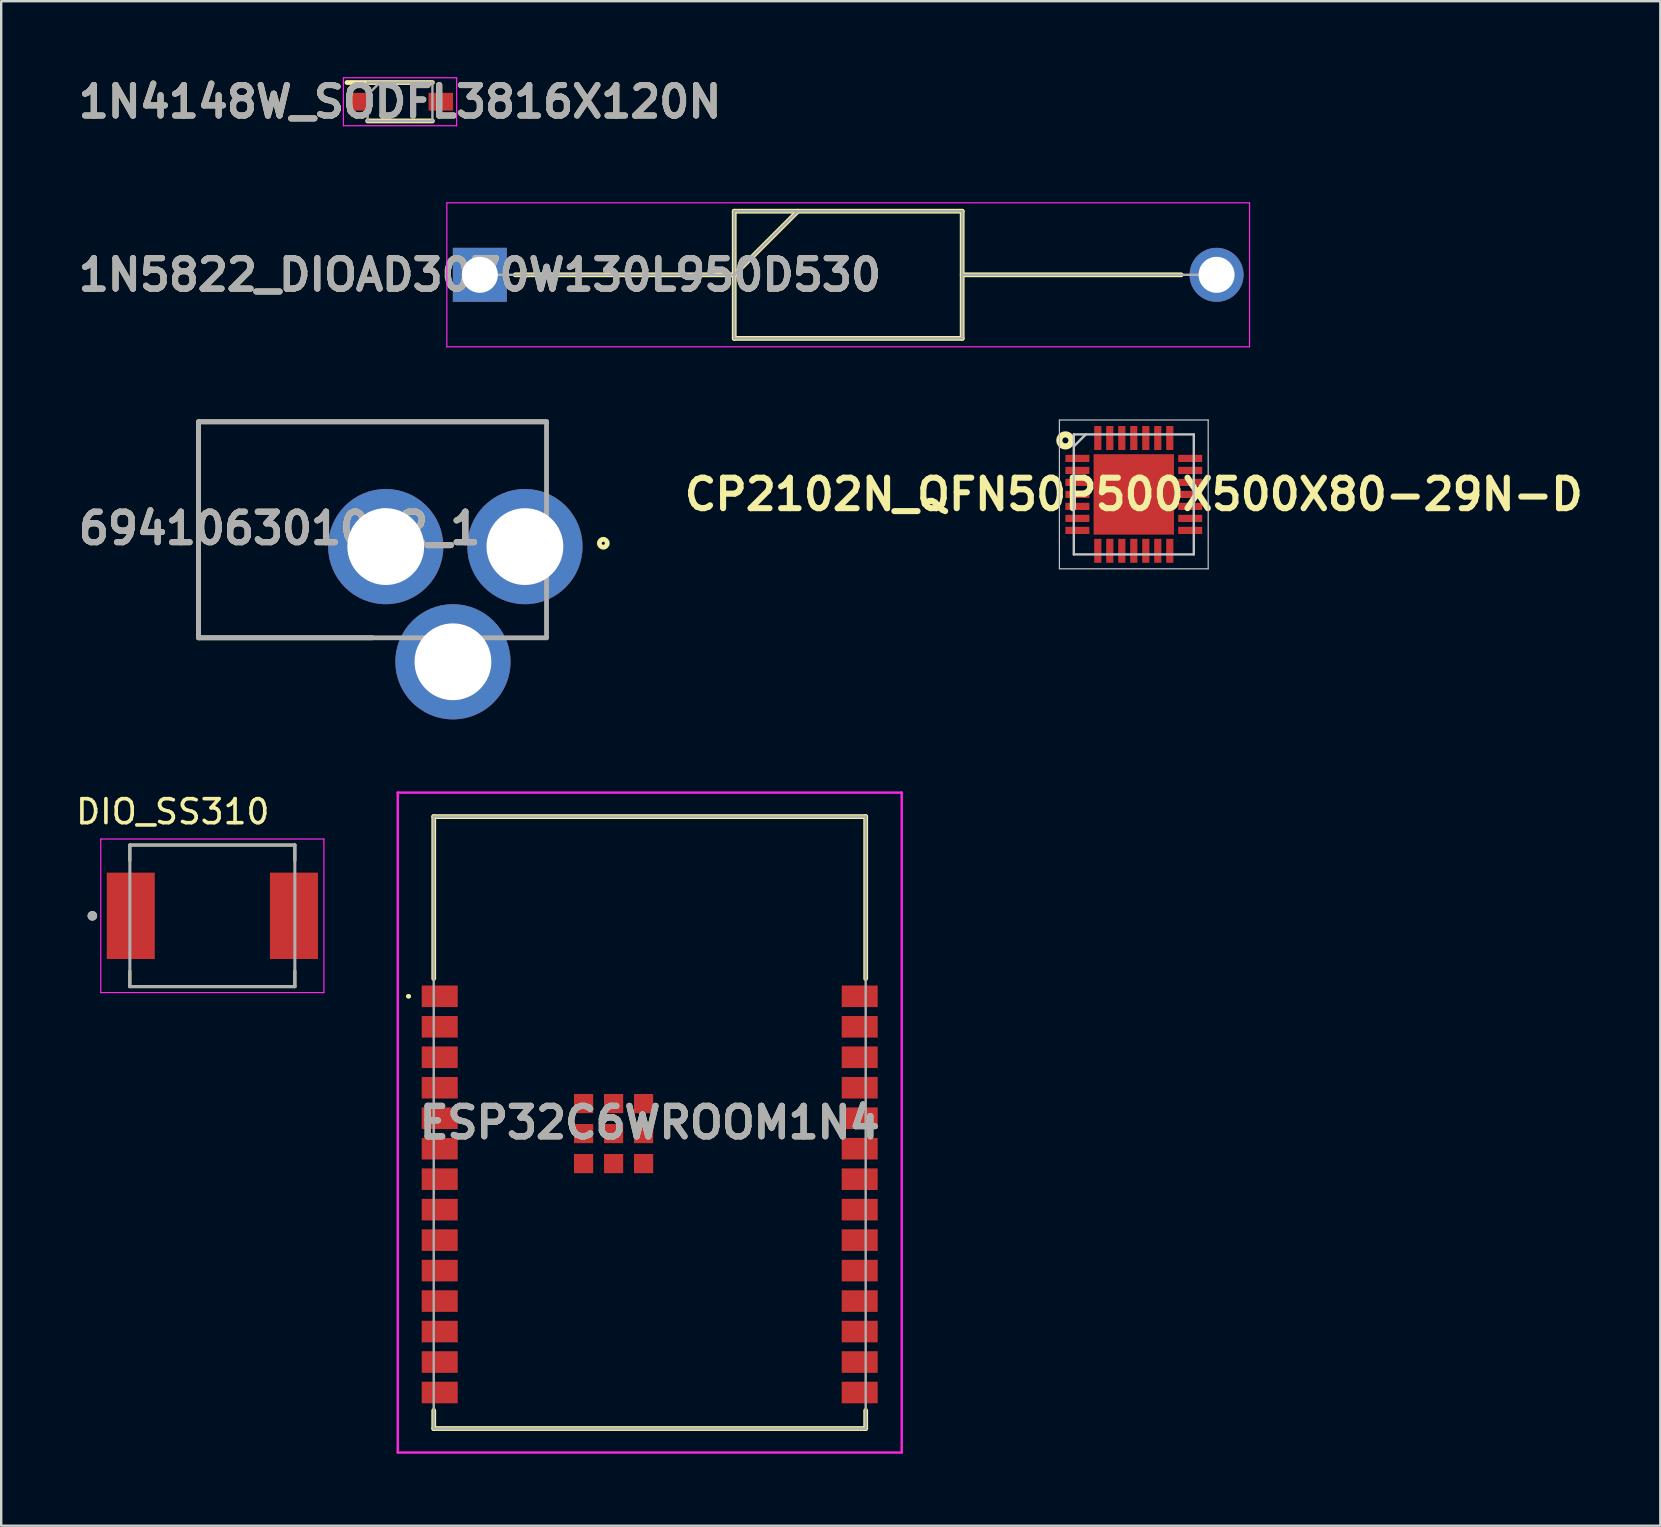
<source format=kicad_pcb>
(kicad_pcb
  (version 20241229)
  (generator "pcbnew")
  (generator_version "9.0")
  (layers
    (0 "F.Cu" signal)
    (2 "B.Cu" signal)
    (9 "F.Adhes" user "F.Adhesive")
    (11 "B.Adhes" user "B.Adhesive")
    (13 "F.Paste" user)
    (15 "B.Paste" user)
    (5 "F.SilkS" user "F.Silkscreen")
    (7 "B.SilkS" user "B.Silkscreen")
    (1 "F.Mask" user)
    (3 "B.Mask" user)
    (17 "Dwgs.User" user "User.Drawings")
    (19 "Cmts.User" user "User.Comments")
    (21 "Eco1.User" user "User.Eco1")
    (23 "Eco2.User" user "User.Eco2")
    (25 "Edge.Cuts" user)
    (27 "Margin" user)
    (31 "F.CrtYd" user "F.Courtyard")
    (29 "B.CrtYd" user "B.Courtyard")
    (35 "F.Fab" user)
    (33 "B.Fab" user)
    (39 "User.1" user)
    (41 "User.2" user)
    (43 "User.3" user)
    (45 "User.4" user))
  (footprint "694106301002_1"
    (layer "F.Cu")
    (at 5.224 23.527)
    (property "Reference" "694106301002_1" (at 3.376 -4.559 0) (layer "F.SilkS") (effects (font (size 1.27 1.27) (thickness 0.254))))
    (attr through_hole)
    (fp_line (start 0 -9) (end 14.5 -9) (stroke (width 0.2) (type solid)) (layer "F.SilkS"))
    (fp_line (start 0 0) (end 0 -9) (stroke (width 0.2) (type solid)) (layer "F.SilkS"))
    (fp_line (start 7.25 0) (end 0 0) (stroke (width 0.2) (type solid)) (layer "F.SilkS"))
    (fp_circle (center 16.867 -3.939) (end 16.867 -3.875) (stroke (width 0.2) (type solid)) (fill no) (layer "F.SilkS"))
    (fp_line (start 0 -9) (end 14.5 -9) (stroke (width 0.2) (type solid)) (layer "F.Fab"))
    (fp_line (start 0 0) (end 0 -9) (stroke (width 0.2) (type solid)) (layer "F.Fab"))
    (fp_line (start 14.5 -9) (end 14.5 0) (stroke (width 0.2) (type solid)) (layer "F.Fab"))
    (fp_line (start 14.5 0) (end 0 0) (stroke (width 0.2) (type solid)) (layer "F.Fab"))
    (fp_text user "${REFERENCE}" (at 3.376 -4.559 0) (layer "F.Fab") (effects (font (size 1.27 1.27) (thickness 0.254))))
    (pad "1" thru_hole circle (at 13.6 -3.8) (size 4.8 4.8) (drill 3.2) (layers "*.Cu" "*.Mask"))
    (pad "2" thru_hole circle (at 7.8 -3.8) (size 4.8 4.8) (drill 3.2) (layers "*.Cu" "*.Mask"))
    (pad "3" thru_hole circle (at 10.6 1) (size 4.8 4.8) (drill 3.2) (layers "*.Cu" "*.Mask")))
  (footprint "CP2102N_QFN50P500X500X80-29N-D"
    (layer "F.Cu")
    (at 44.196 17.552)
    (property "Reference" "CP2102N_QFN50P500X500X80-29N-D" (at 0 0 0) (layer "F.SilkS") (effects (font (size 1.27 1.27) (thickness 0.254))))
    (attr smd)
    (fp_circle (center -2.85 -2.25) (end -2.725 -2.25) (stroke (width 0.254) (type solid)) (fill no) (layer "F.SilkS"))
    (fp_line (start -3.1 -3.1) (end 3.1 -3.1) (stroke (width 0.05) (type solid)) (layer "Dwgs.User"))
    (fp_line (start -3.1 3.1) (end -3.1 -3.1) (stroke (width 0.05) (type solid)) (layer "Dwgs.User"))
    (fp_line (start -2.5 -2.5) (end 2.5 -2.5) (stroke (width 0.1) (type solid)) (layer "Dwgs.User"))
    (fp_line (start -2.5 -2) (end -2 -2.5) (stroke (width 0.1) (type solid)) (layer "Dwgs.User"))
    (fp_line (start -2.5 2.5) (end -2.5 -2.5) (stroke (width 0.1) (type solid)) (layer "Dwgs.User"))
    (fp_line (start 2.5 -2.5) (end 2.5 2.5) (stroke (width 0.1) (type solid)) (layer "Dwgs.User"))
    (fp_line (start 2.5 2.5) (end -2.5 2.5) (stroke (width 0.1) (type solid)) (layer "Dwgs.User"))
    (fp_line (start 3.1 -3.1) (end 3.1 3.1) (stroke (width 0.05) (type solid)) (layer "Dwgs.User"))
    (fp_line (start 3.1 3.1) (end -3.1 3.1) (stroke (width 0.05) (type solid)) (layer "Dwgs.User"))
    (pad "1" smd rect (at -2.35 -1.5 90) (size 0.3 1) (layers "F.Cu" "F.Mask" "F.Paste"))
    (pad "2" smd rect (at -2.35 -1 90) (size 0.3 1) (layers "F.Cu" "F.Mask" "F.Paste"))
    (pad "3" smd rect (at -2.35 -0.5 90) (size 0.3 1) (layers "F.Cu" "F.Mask" "F.Paste"))
    (pad "4" smd rect (at -2.35 0 90) (size 0.3 1) (layers "F.Cu" "F.Mask" "F.Paste"))
    (pad "5" smd rect (at -2.35 0.5 90) (size 0.3 1) (layers "F.Cu" "F.Mask" "F.Paste"))
    (pad "6" smd rect (at -2.35 1 90) (size 0.3 1) (layers "F.Cu" "F.Mask" "F.Paste"))
    (pad "7" smd rect (at -2.35 1.5 90) (size 0.3 1) (layers "F.Cu" "F.Mask" "F.Paste"))
    (pad "8" smd rect (at -1.5 2.35) (size 0.3 1) (layers "F.Cu" "F.Mask" "F.Paste"))
    (pad "9" smd rect (at -1 2.35) (size 0.3 1) (layers "F.Cu" "F.Mask" "F.Paste"))
    (pad "10" smd rect (at -0.5 2.35) (size 0.3 1) (layers "F.Cu" "F.Mask" "F.Paste"))
    (pad "11" smd rect (at 0 2.35) (size 0.3 1) (layers "F.Cu" "F.Mask" "F.Paste"))
    (pad "12" smd rect (at 0.5 2.35) (size 0.3 1) (layers "F.Cu" "F.Mask" "F.Paste"))
    (pad "13" smd rect (at 1 2.35) (size 0.3 1) (layers "F.Cu" "F.Mask" "F.Paste"))
    (pad "14" smd rect (at 1.5 2.35) (size 0.3 1) (layers "F.Cu" "F.Mask" "F.Paste"))
    (pad "15" smd rect (at 2.35 1.5 90) (size 0.3 1) (layers "F.Cu" "F.Mask" "F.Paste"))
    (pad "16" smd rect (at 2.35 1 90) (size 0.3 1) (layers "F.Cu" "F.Mask" "F.Paste"))
    (pad "17" smd rect (at 2.35 0.5 90) (size 0.3 1) (layers "F.Cu" "F.Mask" "F.Paste"))
    (pad "18" smd rect (at 2.35 0 90) (size 0.3 1) (layers "F.Cu" "F.Mask" "F.Paste"))
    (pad "19" smd rect (at 2.35 -0.5 90) (size 0.3 1) (layers "F.Cu" "F.Mask" "F.Paste"))
    (pad "20" smd rect (at 2.35 -1 90) (size 0.3 1) (layers "F.Cu" "F.Mask" "F.Paste"))
    (pad "21" smd rect (at 2.35 -1.5 90) (size 0.3 1) (layers "F.Cu" "F.Mask" "F.Paste"))
    (pad "22" smd rect (at 1.5 -2.35) (size 0.3 1) (layers "F.Cu" "F.Mask" "F.Paste"))
    (pad "23" smd rect (at 1 -2.35) (size 0.3 1) (layers "F.Cu" "F.Mask" "F.Paste"))
    (pad "24" smd rect (at 0.5 -2.35) (size 0.3 1) (layers "F.Cu" "F.Mask" "F.Paste"))
    (pad "25" smd rect (at 0 -2.35) (size 0.3 1) (layers "F.Cu" "F.Mask" "F.Paste"))
    (pad "26" smd rect (at -0.5 -2.35) (size 0.3 1) (layers "F.Cu" "F.Mask" "F.Paste"))
    (pad "27" smd rect (at -1 -2.35) (size 0.3 1) (layers "F.Cu" "F.Mask" "F.Paste"))
    (pad "28" smd rect (at -1.5 -2.35) (size 0.3 1) (layers "F.Cu" "F.Mask" "F.Paste"))
    (pad "29" smd rect (at 0 0) (size 3.35 3.35) (layers "F.Cu" "F.Mask" "F.Paste")))
  (footprint "1N4148W_SODFL3816X120N"
    (layer "F.Cu")
    (at 13.619 1.189)
    (property "Reference" "1N4148W_SODFL3816X120N" (at 0 0 0) (layer "F.SilkS") (effects (font (size 1.27 1.27) (thickness 0.254))))
    (attr smd)
    (fp_line (start -2.21 -0.8) (end 1.35 -0.8) (stroke (width 0.2) (type solid)) (layer "F.SilkS"))
    (fp_line (start -1.35 0.8) (end 1.35 0.8) (stroke (width 0.2) (type solid)) (layer "F.SilkS"))
    (fp_line (start -2.36 -1) (end 2.36 -1) (stroke (width 0.05) (type solid)) (layer "F.CrtYd"))
    (fp_line (start -2.36 1) (end -2.36 -1) (stroke (width 0.05) (type solid)) (layer "F.CrtYd"))
    (fp_line (start 2.36 -1) (end 2.36 1) (stroke (width 0.05) (type solid)) (layer "F.CrtYd"))
    (fp_line (start 2.36 1) (end -2.36 1) (stroke (width 0.05) (type solid)) (layer "F.CrtYd"))
    (fp_line (start -1.35 -0.8) (end 1.35 -0.8) (stroke (width 0.1) (type solid)) (layer "F.Fab"))
    (fp_line (start -1.35 -0.29) (end -0.84 -0.8) (stroke (width 0.1) (type solid)) (layer "F.Fab"))
    (fp_line (start -1.35 0.8) (end -1.35 -0.8) (stroke (width 0.1) (type solid)) (layer "F.Fab"))
    (fp_line (start 1.35 -0.8) (end 1.35 0.8) (stroke (width 0.1) (type solid)) (layer "F.Fab"))
    (fp_line (start 1.35 0.8) (end -1.35 0.8) (stroke (width 0.1) (type solid)) (layer "F.Fab"))
    (fp_text user "${REFERENCE}" (at 0 0 0) (layer "F.Fab") (effects (font (size 1.27 1.27) (thickness 0.254))))
    (pad "1" smd rect (at -1.7 0 90) (size 0.74 1.02) (layers "F.Cu" "F.Mask" "F.Paste"))
    (pad "2" smd rect (at 1.7 0 90) (size 0.74 1.02) (layers "F.Cu" "F.Mask" "F.Paste")))
  (footprint "ESP32C6WROOM1N4"
    (layer "F.Cu")
    (at 24.024 43.727)
    (property "Reference" "ESP32C6WROOM1N4" (at 0 0 0) (layer "F.SilkS") (effects (font (size 1.27 1.27) (thickness 0.254))))
    (attr smd)
    (fp_line (start -10.1 -5.26) (end -10.1 -5.26) (stroke (width 0.1) (type solid)) (layer "F.SilkS"))
    (fp_line (start -10 -5.26) (end -10 -5.26) (stroke (width 0.1) (type solid)) (layer "F.SilkS"))
    (fp_line (start -9 -12.75) (end 9 -12.75) (stroke (width 0.2) (type solid)) (layer "F.SilkS"))
    (fp_line (start -9 -6) (end -9 -12.75) (stroke (width 0.2) (type solid)) (layer "F.SilkS"))
    (fp_line (start -9 12) (end -9 12.75) (stroke (width 0.2) (type solid)) (layer "F.SilkS"))
    (fp_line (start -9 12.75) (end 9 12.75) (stroke (width 0.2) (type solid)) (layer "F.SilkS"))
    (fp_line (start 9 -12.75) (end 9 -6) (stroke (width 0.2) (type solid)) (layer "F.SilkS"))
    (fp_line (start 9 12.75) (end 9 12) (stroke (width 0.2) (type solid)) (layer "F.SilkS"))
    (fp_arc (start -10.1 -5.26) (mid -10.05 -5.31) (end -10 -5.26) (stroke (width 0.1) (type solid)) (layer "F.SilkS"))
    (fp_arc (start -10 -5.26) (mid -10.05 -5.21) (end -10.1 -5.26) (stroke (width 0.1) (type solid)) (layer "F.SilkS"))
    (fp_line (start -10.5 -13.75) (end 10.5 -13.75) (stroke (width 0.1) (type solid)) (layer "F.CrtYd"))
    (fp_line (start -10.5 13.75) (end -10.5 -13.75) (stroke (width 0.1) (type solid)) (layer "F.CrtYd"))
    (fp_line (start 10.5 -13.75) (end 10.5 13.75) (stroke (width 0.1) (type solid)) (layer "F.CrtYd"))
    (fp_line (start 10.5 13.75) (end -10.5 13.75) (stroke (width 0.1) (type solid)) (layer "F.CrtYd"))
    (fp_line (start -9 -12.75) (end 9 -12.75) (stroke (width 0.1) (type solid)) (layer "F.Fab"))
    (fp_line (start -9 12.75) (end -9 -12.75) (stroke (width 0.1) (type solid)) (layer "F.Fab"))
    (fp_line (start 9 -12.75) (end 9 12.75) (stroke (width 0.1) (type solid)) (layer "F.Fab"))
    (fp_line (start 9 12.75) (end -9 12.75) (stroke (width 0.1) (type solid)) (layer "F.Fab"))
    (fp_text user "${REFERENCE}" (at 0 0 0) (layer "F.Fab") (effects (font (size 1.27 1.27) (thickness 0.254))))
    (pad "1" smd rect (at -8.75 -5.26 90) (size 0.9 1.5) (layers "F.Cu" "F.Mask" "F.Paste"))
    (pad "2" smd rect (at -8.75 -3.99 90) (size 0.9 1.5) (layers "F.Cu" "F.Mask" "F.Paste"))
    (pad "3" smd rect (at -8.75 -2.72 90) (size 0.9 1.5) (layers "F.Cu" "F.Mask" "F.Paste"))
    (pad "4" smd rect (at -8.75 -1.45 90) (size 0.9 1.5) (layers "F.Cu" "F.Mask" "F.Paste"))
    (pad "5" smd rect (at -8.75 -0.18 90) (size 0.9 1.5) (layers "F.Cu" "F.Mask" "F.Paste"))
    (pad "6" smd rect (at -8.75 1.09 90) (size 0.9 1.5) (layers "F.Cu" "F.Mask" "F.Paste"))
    (pad "7" smd rect (at -8.75 2.36 90) (size 0.9 1.5) (layers "F.Cu" "F.Mask" "F.Paste"))
    (pad "8" smd rect (at -8.75 3.63 90) (size 0.9 1.5) (layers "F.Cu" "F.Mask" "F.Paste"))
    (pad "9" smd rect (at -8.75 4.9 90) (size 0.9 1.5) (layers "F.Cu" "F.Mask" "F.Paste"))
    (pad "10" smd rect (at -8.75 6.17 90) (size 0.9 1.5) (layers "F.Cu" "F.Mask" "F.Paste"))
    (pad "11" smd rect (at -8.75 7.44 90) (size 0.9 1.5) (layers "F.Cu" "F.Mask" "F.Paste"))
    (pad "12" smd rect (at -8.75 8.71 90) (size 0.9 1.5) (layers "F.Cu" "F.Mask" "F.Paste"))
    (pad "13" smd rect (at -8.75 9.98 90) (size 0.9 1.5) (layers "F.Cu" "F.Mask" "F.Paste"))
    (pad "14" smd rect (at -8.75 11.25 90) (size 0.9 1.5) (layers "F.Cu" "F.Mask" "F.Paste"))
    (pad "15" smd rect (at 8.75 11.25 90) (size 0.9 1.5) (layers "F.Cu" "F.Mask" "F.Paste"))
    (pad "16" smd rect (at 8.75 9.98 90) (size 0.9 1.5) (layers "F.Cu" "F.Mask" "F.Paste"))
    (pad "17" smd rect (at 8.75 8.71 90) (size 0.9 1.5) (layers "F.Cu" "F.Mask" "F.Paste"))
    (pad "18" smd rect (at 8.75 7.44 90) (size 0.9 1.5) (layers "F.Cu" "F.Mask" "F.Paste"))
    (pad "19" smd rect (at 8.75 6.17 90) (size 0.9 1.5) (layers "F.Cu" "F.Mask" "F.Paste"))
    (pad "20" smd rect (at 8.75 4.9 90) (size 0.9 1.5) (layers "F.Cu" "F.Mask" "F.Paste"))
    (pad "21" smd rect (at 8.75 3.63 90) (size 0.9 1.5) (layers "F.Cu" "F.Mask" "F.Paste"))
    (pad "22" smd rect (at 8.75 2.36 90) (size 0.9 1.5) (layers "F.Cu" "F.Mask" "F.Paste"))
    (pad "23" smd rect (at 8.75 1.09 90) (size 0.9 1.5) (layers "F.Cu" "F.Mask" "F.Paste"))
    (pad "24" smd rect (at 8.75 -0.18 90) (size 0.9 1.5) (layers "F.Cu" "F.Mask" "F.Paste"))
    (pad "25" smd rect (at 8.75 -1.45 90) (size 0.9 1.5) (layers "F.Cu" "F.Mask" "F.Paste"))
    (pad "26" smd rect (at 8.75 -2.72 90) (size 0.9 1.5) (layers "F.Cu" "F.Mask" "F.Paste"))
    (pad "27" smd rect (at 8.75 -3.99 90) (size 0.9 1.5) (layers "F.Cu" "F.Mask" "F.Paste"))
    (pad "28" smd rect (at 8.75 -5.26 90) (size 0.9 1.5) (layers "F.Cu" "F.Mask" "F.Paste"))
    (pad "29" smd rect (at -1.505 0.46 90) (size 0.8 0.8) (layers "F.Cu" "F.Mask" "F.Paste"))
    (pad "30" smd rect (at -1.505 -0.79 90) (size 0.8 0.8) (layers "F.Cu" "F.Mask" "F.Paste"))
    (pad "31" smd rect (at -2.755 -0.79 90) (size 0.8 0.8) (layers "F.Cu" "F.Mask" "F.Paste"))
    (pad "32" smd rect (at -2.755 0.46 90) (size 0.8 0.8) (layers "F.Cu" "F.Mask" "F.Paste"))
    (pad "33" smd rect (at -2.755 1.71 90) (size 0.8 0.8) (layers "F.Cu" "F.Mask" "F.Paste"))
    (pad "34" smd rect (at -1.505 1.71 90) (size 0.8 0.8) (layers "F.Cu" "F.Mask" "F.Paste"))
    (pad "35" smd rect (at -0.255 1.71 90) (size 0.8 0.8) (layers "F.Cu" "F.Mask" "F.Paste"))
    (pad "36" smd rect (at -0.255 0.46 90) (size 0.8 0.8) (layers "F.Cu" "F.Mask" "F.Paste"))
    (pad "37" smd rect (at -0.255 -0.79 90) (size 0.8 0.8) (layers "F.Cu" "F.Mask" "F.Paste")))
  (footprint "DIO_SS310"
    (layer "F.Cu")
    (at 5.799 35.113)
    (property "Reference" "DIO_SS310" (at -1.65 -4.338 0) (layer "F.SilkS") (effects (font (size 1 1) (thickness 0.15))))
    (attr smd)
    (fp_line (start -3.438 -2.95) (end -3.438 -2.3) (stroke (width 0.127) (type solid)) (layer "F.SilkS"))
    (fp_line (start -3.438 2.95) (end -3.438 2.3) (stroke (width 0.127) (type solid)) (layer "F.SilkS"))
    (fp_line (start -3.438 2.95) (end 3.438 2.95) (stroke (width 0.127) (type solid)) (layer "F.SilkS"))
    (fp_line (start 3.438 -2.95) (end -3.438 -2.95) (stroke (width 0.127) (type solid)) (layer "F.SilkS"))
    (fp_line (start 3.438 -2.3) (end 3.438 -2.95) (stroke (width 0.127) (type solid)) (layer "F.SilkS"))
    (fp_line (start 3.438 2.95) (end 3.438 2.3) (stroke (width 0.127) (type solid)) (layer "F.SilkS"))
    (fp_circle (center -5 0) (end -4.9 0) (stroke (width 0.2) (type solid)) (fill no) (layer "F.SilkS"))
    (fp_line (start -4.65 -3.2) (end -4.65 3.2) (stroke (width 0.05) (type solid)) (layer "F.CrtYd"))
    (fp_line (start -4.65 3.2) (end 4.65 3.2) (stroke (width 0.05) (type solid)) (layer "F.CrtYd"))
    (fp_line (start 4.65 -3.2) (end -4.65 -3.2) (stroke (width 0.05) (type solid)) (layer "F.CrtYd"))
    (fp_line (start 4.65 3.2) (end 4.65 -3.2) (stroke (width 0.05) (type solid)) (layer "F.CrtYd"))
    (fp_line (start -3.438 -2.95) (end -3.438 2.95) (stroke (width 0.127) (type solid)) (layer "F.Fab"))
    (fp_line (start -3.438 2.95) (end 3.438 2.95) (stroke (width 0.127) (type solid)) (layer "F.Fab"))
    (fp_line (start 3.438 -2.95) (end -3.438 -2.95) (stroke (width 0.127) (type solid)) (layer "F.Fab"))
    (fp_line (start 3.438 2.95) (end 3.438 -2.95) (stroke (width 0.127) (type solid)) (layer "F.Fab"))
    (fp_circle (center -5 0) (end -4.9 0) (stroke (width 0.2) (type solid)) (fill no) (layer "F.Fab"))
    (pad "1" smd rect (at -3.4 0) (size 2 3.6) (layers "F.Cu" "F.Mask" "F.Paste"))
    (pad "2" smd rect (at 3.4 0) (size 2 3.6) (layers "F.Cu" "F.Mask" "F.Paste")))
  (footprint "1N5822_DIOAD3070W130L950D530"
    (layer "F.Cu")
    (at 16.945 8.402)
    (property "Reference" "1N5822_DIOAD3070W130L950D530" (at 0 0 0) (layer "F.SilkS") (effects (font (size 1.27 1.27) (thickness 0.254))))
    (attr through_hole)
    (fp_line (start 1.475 0) (end 10.6 0) (stroke (width 0.2) (type solid)) (layer "F.SilkS"))
    (fp_line (start 10.6 -2.65) (end 20.1 -2.65) (stroke (width 0.2) (type solid)) (layer "F.SilkS"))
    (fp_line (start 10.6 0) (end 13.25 -2.65) (stroke (width 0.2) (type solid)) (layer "F.SilkS"))
    (fp_line (start 10.6 2.65) (end 10.6 -2.65) (stroke (width 0.2) (type solid)) (layer "F.SilkS"))
    (fp_line (start 20.1 -2.65) (end 20.1 2.65) (stroke (width 0.2) (type solid)) (layer "F.SilkS"))
    (fp_line (start 20.1 0) (end 29.225 0) (stroke (width 0.2) (type solid)) (layer "F.SilkS"))
    (fp_line (start 20.1 2.65) (end 10.6 2.65) (stroke (width 0.2) (type solid)) (layer "F.SilkS"))
    (fp_line (start -1.375 -3) (end 32.075 -3) (stroke (width 0.05) (type solid)) (layer "F.CrtYd"))
    (fp_line (start -1.375 3) (end -1.375 -3) (stroke (width 0.05) (type solid)) (layer "F.CrtYd"))
    (fp_line (start 32.075 -3) (end 32.075 3) (stroke (width 0.05) (type solid)) (layer "F.CrtYd"))
    (fp_line (start 32.075 3) (end -1.375 3) (stroke (width 0.05) (type solid)) (layer "F.CrtYd"))
    (fp_line (start 0 0) (end 10.6 0) (stroke (width 0.1) (type solid)) (layer "F.Fab"))
    (fp_line (start 10.6 -2.65) (end 20.1 -2.65) (stroke (width 0.1) (type solid)) (layer "F.Fab"))
    (fp_line (start 10.6 0) (end 13.25 -2.65) (stroke (width 0.1) (type solid)) (layer "F.Fab"))
    (fp_line (start 10.6 2.65) (end 10.6 -2.65) (stroke (width 0.1) (type solid)) (layer "F.Fab"))
    (fp_line (start 20.1 -2.65) (end 20.1 2.65) (stroke (width 0.1) (type solid)) (layer "F.Fab"))
    (fp_line (start 20.1 0) (end 30.7 0) (stroke (width 0.1) (type solid)) (layer "F.Fab"))
    (fp_line (start 20.1 2.65) (end 10.6 2.65) (stroke (width 0.1) (type solid)) (layer "F.Fab"))
    (fp_text user "${REFERENCE}" (at 0 0 0) (layer "F.Fab") (effects (font (size 1.27 1.27) (thickness 0.254))))
    (pad "1" thru_hole rect (at 0 0) (size 2.25 2.25) (drill 1.5) (layers "*.Cu" "*.Mask"))
    (pad "2" thru_hole circle (at 30.7 0) (size 2.25 2.25) (drill 1.5) (layers "*.Cu" "*.Mask")))
  (gr_rect
    (start -3 -3)
    (end 66.137 60.527)
    (stroke (width 0.1) (type default))
    (fill no)
    (layer "Edge.Cuts")))
</source>
